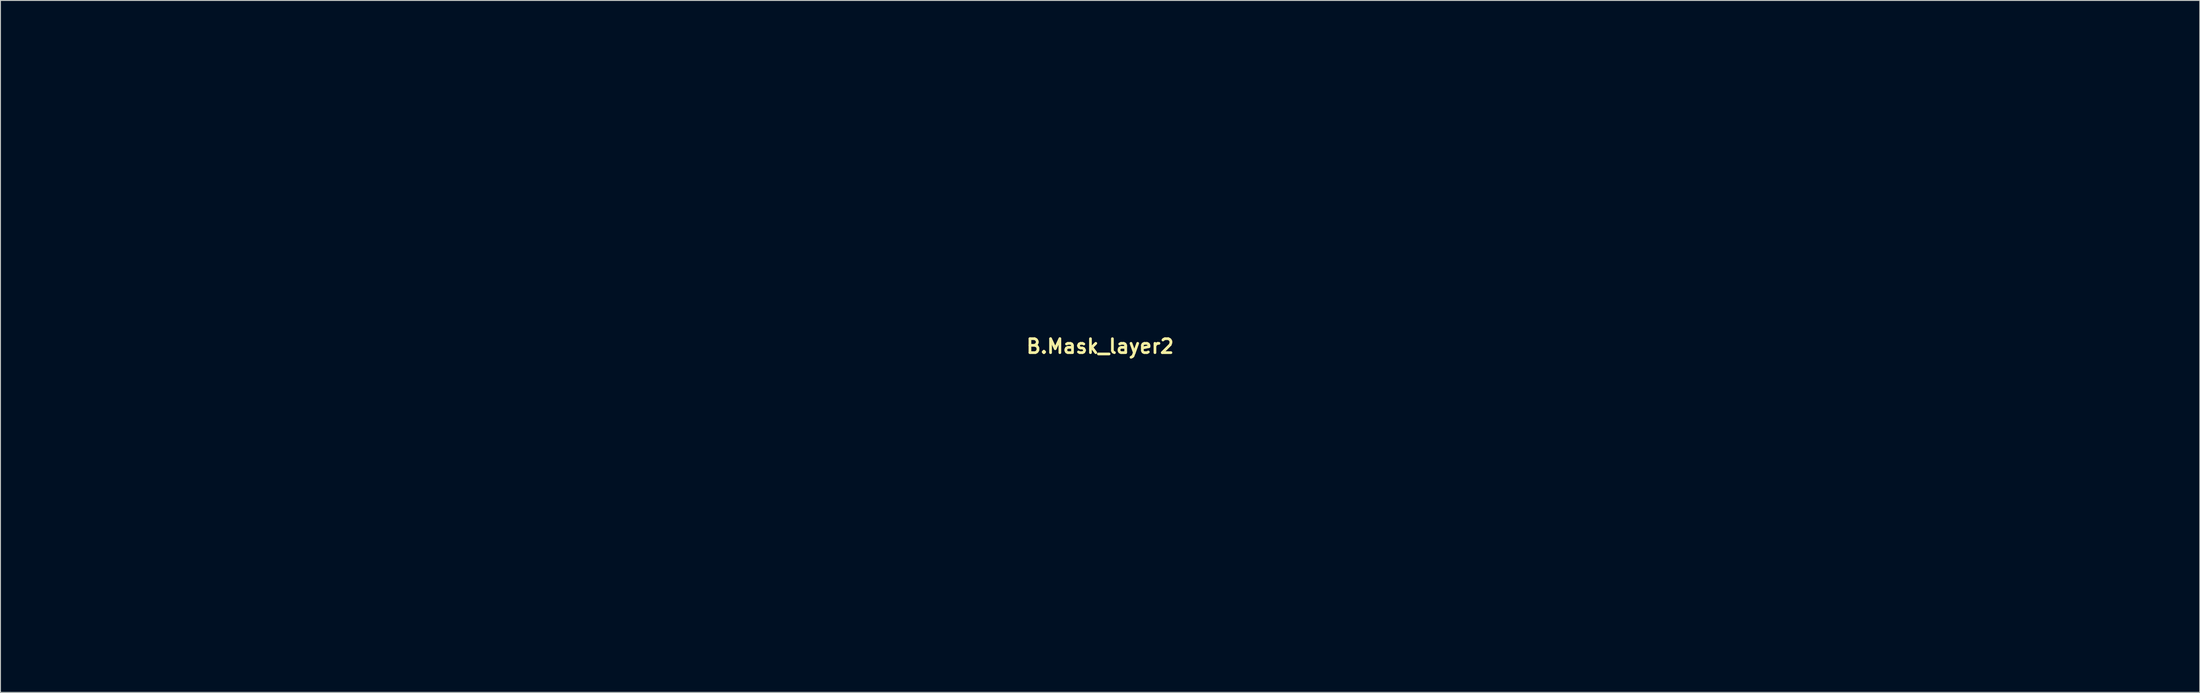
<source format=kicad_pcb>
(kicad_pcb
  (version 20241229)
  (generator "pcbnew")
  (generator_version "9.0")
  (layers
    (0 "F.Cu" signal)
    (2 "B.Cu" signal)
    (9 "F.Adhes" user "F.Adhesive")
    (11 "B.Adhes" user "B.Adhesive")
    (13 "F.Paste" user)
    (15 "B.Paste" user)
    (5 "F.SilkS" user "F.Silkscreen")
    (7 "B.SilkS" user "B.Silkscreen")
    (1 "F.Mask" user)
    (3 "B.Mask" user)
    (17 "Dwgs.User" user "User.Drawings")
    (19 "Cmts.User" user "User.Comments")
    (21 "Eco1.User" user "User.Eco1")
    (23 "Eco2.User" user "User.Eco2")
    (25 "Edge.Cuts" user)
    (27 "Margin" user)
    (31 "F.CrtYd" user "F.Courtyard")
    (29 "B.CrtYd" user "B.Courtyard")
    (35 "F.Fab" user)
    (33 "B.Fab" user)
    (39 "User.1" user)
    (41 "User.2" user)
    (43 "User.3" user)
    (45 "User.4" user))
  (footprint "B.Mask_layer2"
    (layer "F.Cu")
    (at 117.014 34.782)
    (property "Reference" "B.Mask_layer2" (at 0 0 0) (layer "F.SilkS") (effects (font (size 1.524 1.524) (thickness 0.3))))
    (attr through_hole)
    (fp_poly (pts (xy 117.009 34.798) (xy -117.009 34.798) (xy -117.009 14.177) (xy -8.271 14.177) (xy -8.255 14.326) (xy -8.248 14.353) (xy -8.189 14.486) (xy -8.1 14.593) (xy -7.989 14.672) (xy -7.863 14.72) (xy -7.726 14.735) (xy -7.587 14.712) (xy -7.491 14.673) (xy -7.372 14.59) (xy -7.284 14.485) (xy -7.228 14.366) (xy -7.204 14.238) (xy -7.206 14.195) (xy -5.73 14.195) (xy -5.713 14.326) (xy -5.665 14.449) (xy -5.586 14.558) (xy -5.478 14.647) (xy -5.343 14.709) (xy -5.334 14.712) (xy -5.211 14.729) (xy -5.07 14.712) (xy -5.018 14.699) (xy -4.896 14.642) (xy -4.796 14.555) (xy -4.722 14.444) (xy -4.676 14.319) (xy -4.661 14.184) (xy -4.68 14.049) (xy -4.717 13.955) (xy -4.8 13.834) (xy -4.907 13.743) (xy -5.029 13.685) (xy -5.161 13.66) (xy -5.296 13.67) (xy -5.426 13.715) (xy -5.546 13.797) (xy -5.57 13.819) (xy -5.66 13.935) (xy -5.712 14.063) (xy -5.73 14.195) (xy -7.206 14.195) (xy -7.211 14.109) (xy -7.249 13.984) (xy -7.318 13.871) (xy -7.419 13.776) (xy -7.492 13.732) (xy -7.631 13.683) (xy -7.774 13.673) (xy -7.914 13.699) (xy -8.042 13.762) (xy -8.087 13.796) (xy -8.186 13.907) (xy -8.248 14.035) (xy -8.271 14.177) (xy -117.009 14.177) (xy -117.009 12.925) (xy -9.524 12.925) (xy -9.515 13.046) (xy -9.502 13.111) (xy -9.468 13.181) (xy -9.408 13.26) (xy -9.334 13.336) (xy -9.256 13.398) (xy -9.187 13.434) (xy -9.186 13.434) (xy -9.081 13.454) (xy -8.96 13.458) (xy -8.847 13.446) (xy -8.819 13.439) (xy -8.74 13.402) (xy -8.655 13.338) (xy -8.576 13.259) (xy -8.517 13.177) (xy -8.506 13.155) (xy -8.478 13.056) (xy -8.468 12.937) (xy -8.47 12.904) (xy -7.004 12.904) (xy -6.994 13.032) (xy -6.954 13.154) (xy -6.884 13.264) (xy -6.782 13.355) (xy -6.756 13.372) (xy -6.629 13.432) (xy -6.508 13.457) (xy -6.382 13.447) (xy -6.31 13.429) (xy -6.183 13.371) (xy -6.081 13.285) (xy -6.005 13.176) (xy -5.957 13.053) (xy -5.94 12.922) (xy -5.954 12.79) (xy -6.002 12.664) (xy -6.081 12.555) (xy -6.199 12.461) (xy -6.333 12.404) (xy -6.478 12.388) (xy -6.631 12.412) (xy -6.634 12.413) (xy -6.761 12.469) (xy -6.862 12.553) (xy -6.937 12.658) (xy -6.984 12.778) (xy -7.004 12.904) (xy -8.47 12.904) (xy -8.476 12.818) (xy -8.504 12.716) (xy -8.506 12.71) (xy -8.585 12.585) (xy -8.691 12.491) (xy -8.82 12.43) (xy -8.969 12.405) (xy -8.996 12.405) (xy -9.148 12.423) (xy -9.281 12.478) (xy -9.391 12.567) (xy -9.474 12.687) (xy -9.485 12.71) (xy -9.513 12.807) (xy -9.524 12.925) (xy -117.009 12.925) (xy -117.009 2.021) (xy 114.501 2.021) (xy 114.503 2.121) (xy 114.51 2.193) (xy 114.526 2.253) (xy 114.552 2.316) (xy 114.56 2.333) (xy 114.65 2.469) (xy 114.766 2.577) (xy 114.904 2.655) (xy 115.057 2.7) (xy 115.218 2.709) (xy 115.382 2.682) (xy 115.436 2.664) (xy 115.56 2.597) (xy 115.675 2.499) (xy 115.77 2.378) (xy 115.804 2.318) (xy 115.844 2.196) (xy 115.86 2.055) (xy 115.851 1.91) (xy 115.817 1.776) (xy 115.8 1.736) (xy 115.709 1.591) (xy 115.587 1.474) (xy 115.464 1.4) (xy 115.324 1.355) (xy 115.17 1.342) (xy 115.016 1.359) (xy 114.891 1.4) (xy 114.746 1.49) (xy 114.628 1.612) (xy 114.559 1.72) (xy 114.531 1.781) (xy 114.513 1.837) (xy 114.504 1.902) (xy 114.501 1.991) (xy 114.501 2.021) (xy -117.009 2.021) (xy -117.009 0.834) (xy -0.157 0.834) (xy -0.154 0.991) (xy -0.116 1.143) (xy -0.044 1.283) (xy 0.002 1.341) (xy 0.128 1.458) (xy 0.266 1.536) (xy 0.42 1.575) (xy 0.574 1.578) (xy 0.677 1.564) (xy 0.773 1.539) (xy 0.81 1.524) (xy 0.956 1.434) (xy 1.074 1.314) (xy 1.132 1.225) (xy 1.165 1.157) (xy 1.185 1.092) (xy 1.197 1.013) (xy 1.203 0.928) (xy 1.206 0.833) (xy 1.202 0.765) (xy 1.19 0.707) (xy 1.166 0.646) (xy 1.155 0.621) (xy 1.064 0.47) (xy 0.943 0.348) (xy 0.836 0.279) (xy 0.78 0.251) (xy 0.727 0.235) (xy 0.666 0.226) (xy 0.581 0.223) (xy 0.529 0.223) (xy 0.385 0.23) (xy 0.269 0.255) (xy 0.169 0.303) (xy 0.074 0.377) (xy 0.039 0.41) (xy -0.06 0.536) (xy -0.125 0.68) (xy -0.157 0.834) (xy -117.009 0.834) (xy -117.009 0.138) (xy 106.269 0.138) (xy 106.271 0.236) (xy 106.277 0.307) (xy 106.292 0.364) (xy 106.318 0.422) (xy 106.325 0.436) (xy 106.367 0.51) (xy 106.412 0.578) (xy 106.434 0.606) (xy 106.491 0.659) (xy 106.574 0.715) (xy 106.666 0.765) (xy 106.753 0.801) (xy 106.774 0.807) (xy 106.869 0.819) (xy 106.984 0.816) (xy 107.103 0.8) (xy 107.208 0.773) (xy 107.242 0.759) (xy 107.369 0.679) (xy 107.48 0.57) (xy 107.566 0.442) (xy 107.57 0.433) (xy 107.597 0.372) (xy 107.612 0.311) (xy 107.62 0.237) (xy 107.622 0.138) (xy 107.612 -0.013) (xy 107.581 -0.136) (xy 107.522 -0.245) (xy 107.432 -0.35) (xy 107.432 -0.35) (xy 107.327 -0.44) (xy 107.219 -0.498) (xy 107.095 -0.53) (xy 106.945 -0.54) (xy 106.945 -0.54) (xy 106.794 -0.53) (xy 106.67 -0.498) (xy 106.562 -0.44) (xy 106.458 -0.35) (xy 106.368 -0.245) (xy 106.31 -0.136) (xy 106.278 -0.011) (xy 106.269 0.138) (xy -117.009 0.138) (xy -117.009 -2.869) (xy 9.375 -2.869) (xy 9.406 -2.718) (xy 9.467 -2.577) (xy 9.56 -2.453) (xy 9.682 -2.351) (xy 9.691 -2.345) (xy 9.83 -2.282) (xy 9.987 -2.252) (xy 10.149 -2.254) (xy 10.306 -2.291) (xy 10.346 -2.307) (xy 10.456 -2.373) (xy 10.56 -2.468) (xy 10.646 -2.58) (xy 10.702 -2.693) (xy 10.737 -2.86) (xy 10.733 -3.024) (xy 10.693 -3.18) (xy 10.619 -3.322) (xy 10.513 -3.443) (xy 10.377 -3.538) (xy 10.355 -3.55) (xy 10.286 -3.58) (xy 10.223 -3.598) (xy 10.151 -3.607) (xy 10.054 -3.609) (xy 9.909 -3.599) (xy 9.789 -3.568) (xy 9.681 -3.511) (xy 9.582 -3.431) (xy 9.48 -3.31) (xy 9.412 -3.171) (xy 9.377 -3.022) (xy 9.375 -2.869) (xy -117.009 -2.869) (xy -117.009 -4.826) (xy -5.852 -4.826) (xy -5.851 -4.733) (xy -5.844 -4.667) (xy -5.827 -4.61) (xy -5.797 -4.547) (xy -5.777 -4.508) (xy -5.678 -4.371) (xy -5.555 -4.264) (xy -5.412 -4.19) (xy -5.257 -4.152) (xy -5.094 -4.151) (xy -4.929 -4.19) (xy -4.924 -4.192) (xy -4.778 -4.268) (xy -4.659 -4.375) (xy -4.568 -4.508) (xy -4.511 -4.662) (xy -4.492 -4.781) (xy -4.499 -4.956) (xy -4.542 -5.113) (xy -4.623 -5.251) (xy -4.738 -5.365) (xy -4.856 -5.44) (xy -4.936 -5.478) (xy -5.001 -5.501) (xy -5.067 -5.511) (xy -5.155 -5.514) (xy -5.173 -5.514) (xy -5.273 -5.511) (xy -5.349 -5.5) (xy -5.417 -5.478) (xy -5.461 -5.459) (xy -5.606 -5.367) (xy -5.724 -5.244) (xy -5.797 -5.122) (xy -5.827 -5.053) (xy -5.843 -4.988) (xy -5.851 -4.91) (xy -5.852 -4.826) (xy -117.009 -4.826) (xy -117.009 -7.49) (xy 104.672 -7.49) (xy 104.679 -7.344) (xy 104.717 -7.202) (xy 104.787 -7.069) (xy 104.89 -6.95) (xy 104.974 -6.884) (xy 105.058 -6.833) (xy 105.135 -6.8) (xy 105.218 -6.784) (xy 105.321 -6.779) (xy 105.389 -6.781) (xy 105.499 -6.788) (xy 105.582 -6.803) (xy 105.65 -6.829) (xy 105.66 -6.834) (xy 105.802 -6.93) (xy 105.916 -7.053) (xy 105.976 -7.151) (xy 106.02 -7.283) (xy 106.038 -7.432) (xy 106.029 -7.583) (xy 105.992 -7.722) (xy 105.984 -7.742) (xy 105.901 -7.876) (xy 105.789 -7.986) (xy 105.654 -8.07) (xy 105.505 -8.123) (xy 105.347 -8.14) (xy 105.227 -8.128) (xy 105.069 -8.077) (xy 104.937 -7.997) (xy 104.829 -7.892) (xy 104.749 -7.769) (xy 104.696 -7.633) (xy 104.672 -7.49) (xy -117.009 -7.49) (xy -117.009 -11.263) (xy 76.097 -11.263) (xy 76.11 -11.11) (xy 76.156 -10.964) (xy 76.232 -10.832) (xy 76.337 -10.72) (xy 76.471 -10.632) (xy 76.547 -10.6) (xy 76.673 -10.572) (xy 76.815 -10.567) (xy 76.955 -10.585) (xy 77.077 -10.625) (xy 77.079 -10.626) (xy 77.206 -10.708) (xy 77.319 -10.819) (xy 77.404 -10.947) (xy 77.408 -10.954) (xy 77.434 -11.015) (xy 77.45 -11.075) (xy 77.457 -11.147) (xy 77.457 -11.17) (xy 78.003 -11.17) (xy 78.033 -11.029) (xy 78.09 -10.898) (xy 78.174 -10.78) (xy 78.28 -10.683) (xy 78.408 -10.609) (xy 78.554 -10.564) (xy 78.716 -10.554) (xy 78.761 -10.557) (xy 78.835 -10.572) (xy 78.922 -10.599) (xy 78.978 -10.62) (xy 79.107 -10.698) (xy 79.22 -10.807) (xy 79.306 -10.936) (xy 79.318 -10.961) (xy 79.344 -11.029) (xy 79.358 -11.105) (xy 79.364 -11.203) (xy 79.364 -11.239) (xy 79.361 -11.347) (xy 79.349 -11.428) (xy 79.328 -11.497) (xy 79.318 -11.518) (xy 79.23 -11.662) (xy 79.114 -11.777) (xy 78.974 -11.861) (xy 78.816 -11.91) (xy 78.7 -11.921) (xy 78.545 -11.91) (xy 78.415 -11.873) (xy 78.298 -11.805) (xy 78.21 -11.729) (xy 78.105 -11.599) (xy 78.037 -11.46) (xy 78.004 -11.315) (xy 78.003 -11.17) (xy 77.457 -11.17) (xy 77.459 -11.247) (xy 77.459 -11.25) (xy 77.456 -11.349) (xy 77.449 -11.42) (xy 77.433 -11.478) (xy 77.407 -11.538) (xy 77.4 -11.551) (xy 77.303 -11.696) (xy 77.177 -11.81) (xy 77.07 -11.872) (xy 76.995 -11.903) (xy 76.923 -11.92) (xy 76.838 -11.927) (xy 76.782 -11.927) (xy 76.687 -11.925) (xy 76.616 -11.915) (xy 76.55 -11.894) (xy 76.47 -11.858) (xy 76.383 -11.808) (xy 76.306 -11.751) (xy 76.264 -11.71) (xy 76.172 -11.569) (xy 76.117 -11.418) (xy 76.097 -11.263) (xy -117.009 -11.263) (xy -117.009 -14.986) (xy -0.792 -14.986) (xy -0.781 -14.835) (xy -0.745 -14.709) (xy -0.679 -14.596) (xy -0.592 -14.497) (xy -0.469 -14.402) (xy -0.324 -14.339) (xy -0.167 -14.309) (xy -0.005 -14.316) (xy 0.135 -14.352) (xy 0.274 -14.425) (xy 0.395 -14.531) (xy 0.489 -14.66) (xy 0.502 -14.685) (xy 0.531 -14.751) (xy 0.549 -14.811) (xy 0.558 -14.879) (xy 0.561 -14.97) (xy 0.561 -14.997) (xy 0.559 -15.095) (xy 0.552 -15.165) (xy 0.537 -15.222) (xy 0.512 -15.28) (xy 0.503 -15.298) (xy 0.404 -15.443) (xy 0.278 -15.557) (xy 0.171 -15.618) (xy 0.096 -15.648) (xy 0.024 -15.665) (xy -0.063 -15.672) (xy -0.116 -15.672) (xy -0.271 -15.66) (xy -0.401 -15.62) (xy -0.519 -15.548) (xy -0.597 -15.479) (xy -0.691 -15.37) (xy -0.752 -15.256) (xy -0.784 -15.125) (xy -0.792 -14.986) (xy -117.009 -14.986) (xy -117.009 -25.538) (xy 108.513 -25.538) (xy 108.525 -25.381) (xy 108.566 -25.249) (xy 108.639 -25.131) (xy 108.697 -25.065) (xy 108.815 -24.962) (xy 108.937 -24.896) (xy 109.073 -24.862) (xy 109.223 -24.857) (xy 109.334 -24.867) (xy 109.423 -24.888) (xy 109.501 -24.921) (xy 109.637 -25.01) (xy 109.752 -25.132) (xy 109.785 -25.184) (xy 111.083 -25.184) (xy 111.105 -25.038) (xy 111.15 -24.909) (xy 111.157 -24.895) (xy 111.254 -24.76) (xy 111.381 -24.651) (xy 111.53 -24.573) (xy 111.601 -24.551) (xy 111.684 -24.54) (xy 111.79 -24.542) (xy 111.901 -24.555) (xy 112 -24.577) (xy 112.044 -24.592) (xy 112.182 -24.675) (xy 112.293 -24.786) (xy 112.376 -24.917) (xy 112.428 -25.063) (xy 112.447 -25.217) (xy 112.432 -25.372) (xy 112.381 -25.521) (xy 112.338 -25.597) (xy 112.227 -25.73) (xy 112.096 -25.826) (xy 111.945 -25.885) (xy 111.776 -25.905) (xy 111.711 -25.903) (xy 111.55 -25.873) (xy 111.402 -25.807) (xy 111.275 -25.71) (xy 111.176 -25.586) (xy 111.117 -25.466) (xy 111.087 -25.332) (xy 111.083 -25.184) (xy 109.785 -25.184) (xy 109.817 -25.235) (xy 109.84 -25.285) (xy 109.855 -25.337) (xy 109.863 -25.402) (xy 109.865 -25.494) (xy 109.866 -25.538) (xy 109.864 -25.642) (xy 109.859 -25.716) (xy 109.847 -25.771) (xy 109.827 -25.821) (xy 109.817 -25.84) (xy 109.718 -25.984) (xy 109.594 -26.099) (xy 109.499 -26.156) (xy 109.43 -26.187) (xy 109.368 -26.204) (xy 109.296 -26.213) (xy 109.199 -26.214) (xy 109.042 -26.203) (xy 108.912 -26.166) (xy 108.799 -26.1) (xy 108.701 -26.011) (xy 108.608 -25.897) (xy 108.549 -25.784) (xy 108.52 -25.659) (xy 108.513 -25.538) (xy -117.009 -25.538) (xy -117.009 -26.397) (xy 11.916 -26.397) (xy 11.928 -26.263) (xy 11.959 -26.147) (xy 11.967 -26.129) (xy 12.058 -25.978) (xy 12.175 -25.86) (xy 12.316 -25.776) (xy 12.403 -25.745) (xy 12.512 -25.728) (xy 12.639 -25.728) (xy 12.766 -25.744) (xy 12.873 -25.776) (xy 12.878 -25.778) (xy 13.017 -25.861) (xy 13.13 -25.973) (xy 13.212 -26.107) (xy 13.263 -26.256) (xy 13.279 -26.416) (xy 13.26 -26.58) (xy 13.221 -26.699) (xy 13.171 -26.785) (xy 13.093 -26.876) (xy 13.001 -26.96) (xy 12.907 -27.024) (xy 12.902 -27.026) (xy 12.845 -27.054) (xy 12.792 -27.07) (xy 12.729 -27.079) (xy 12.644 -27.082) (xy 12.594 -27.083) (xy 12.494 -27.081) (xy 12.423 -27.075) (xy 12.367 -27.062) (xy 12.313 -27.04) (xy 12.285 -27.026) (xy 12.183 -26.957) (xy 12.087 -26.866) (xy 12.006 -26.764) (xy 11.954 -26.664) (xy 11.951 -26.656) (xy 11.923 -26.534) (xy 11.916 -26.397) (xy -117.009 -26.397) (xy -117.009 -30.215) (xy 0.475 -30.215) (xy 0.482 -30.073) (xy 0.514 -29.946) (xy 0.523 -29.927) (xy 0.583 -29.823) (xy 0.666 -29.721) (xy 0.756 -29.638) (xy 0.792 -29.613) (xy 0.932 -29.55) (xy 1.088 -29.52) (xy 1.249 -29.523) (xy 1.404 -29.559) (xy 1.451 -29.578) (xy 1.577 -29.656) (xy 1.688 -29.764) (xy 1.774 -29.889) (xy 1.782 -29.904) (xy 1.806 -29.962) (xy 1.821 -30.02) (xy 1.829 -30.094) (xy 1.831 -30.195) (xy 1.831 -30.205) (xy 1.829 -30.305) (xy 1.823 -30.376) (xy 1.811 -30.432) (xy 1.788 -30.485) (xy 1.774 -30.512) (xy 1.676 -30.653) (xy 1.546 -30.766) (xy 1.432 -30.831) (xy 1.365 -30.859) (xy 1.308 -30.875) (xy 1.245 -30.881) (xy 1.161 -30.88) (xy 1.125 -30.878) (xy 1.023 -30.871) (xy 0.948 -30.858) (xy 0.884 -30.835) (xy 0.829 -30.808) (xy 0.705 -30.723) (xy 0.607 -30.613) (xy 0.531 -30.481) (xy 0.491 -30.356) (xy 0.475 -30.215) (xy -117.009 -30.215) (xy -117.009 -34.777) (xy 117.009 -34.777) (xy 117.009 34.798)) (stroke (width 0.01) (type solid)) (fill yes) (layer "B.Mask")))
  (gr_rect
    (start -3 -3)
    (end 237.029 72.585)
    (stroke (width 0.1) (type default))
    (fill no)
    (layer "Edge.Cuts")))
</source>
